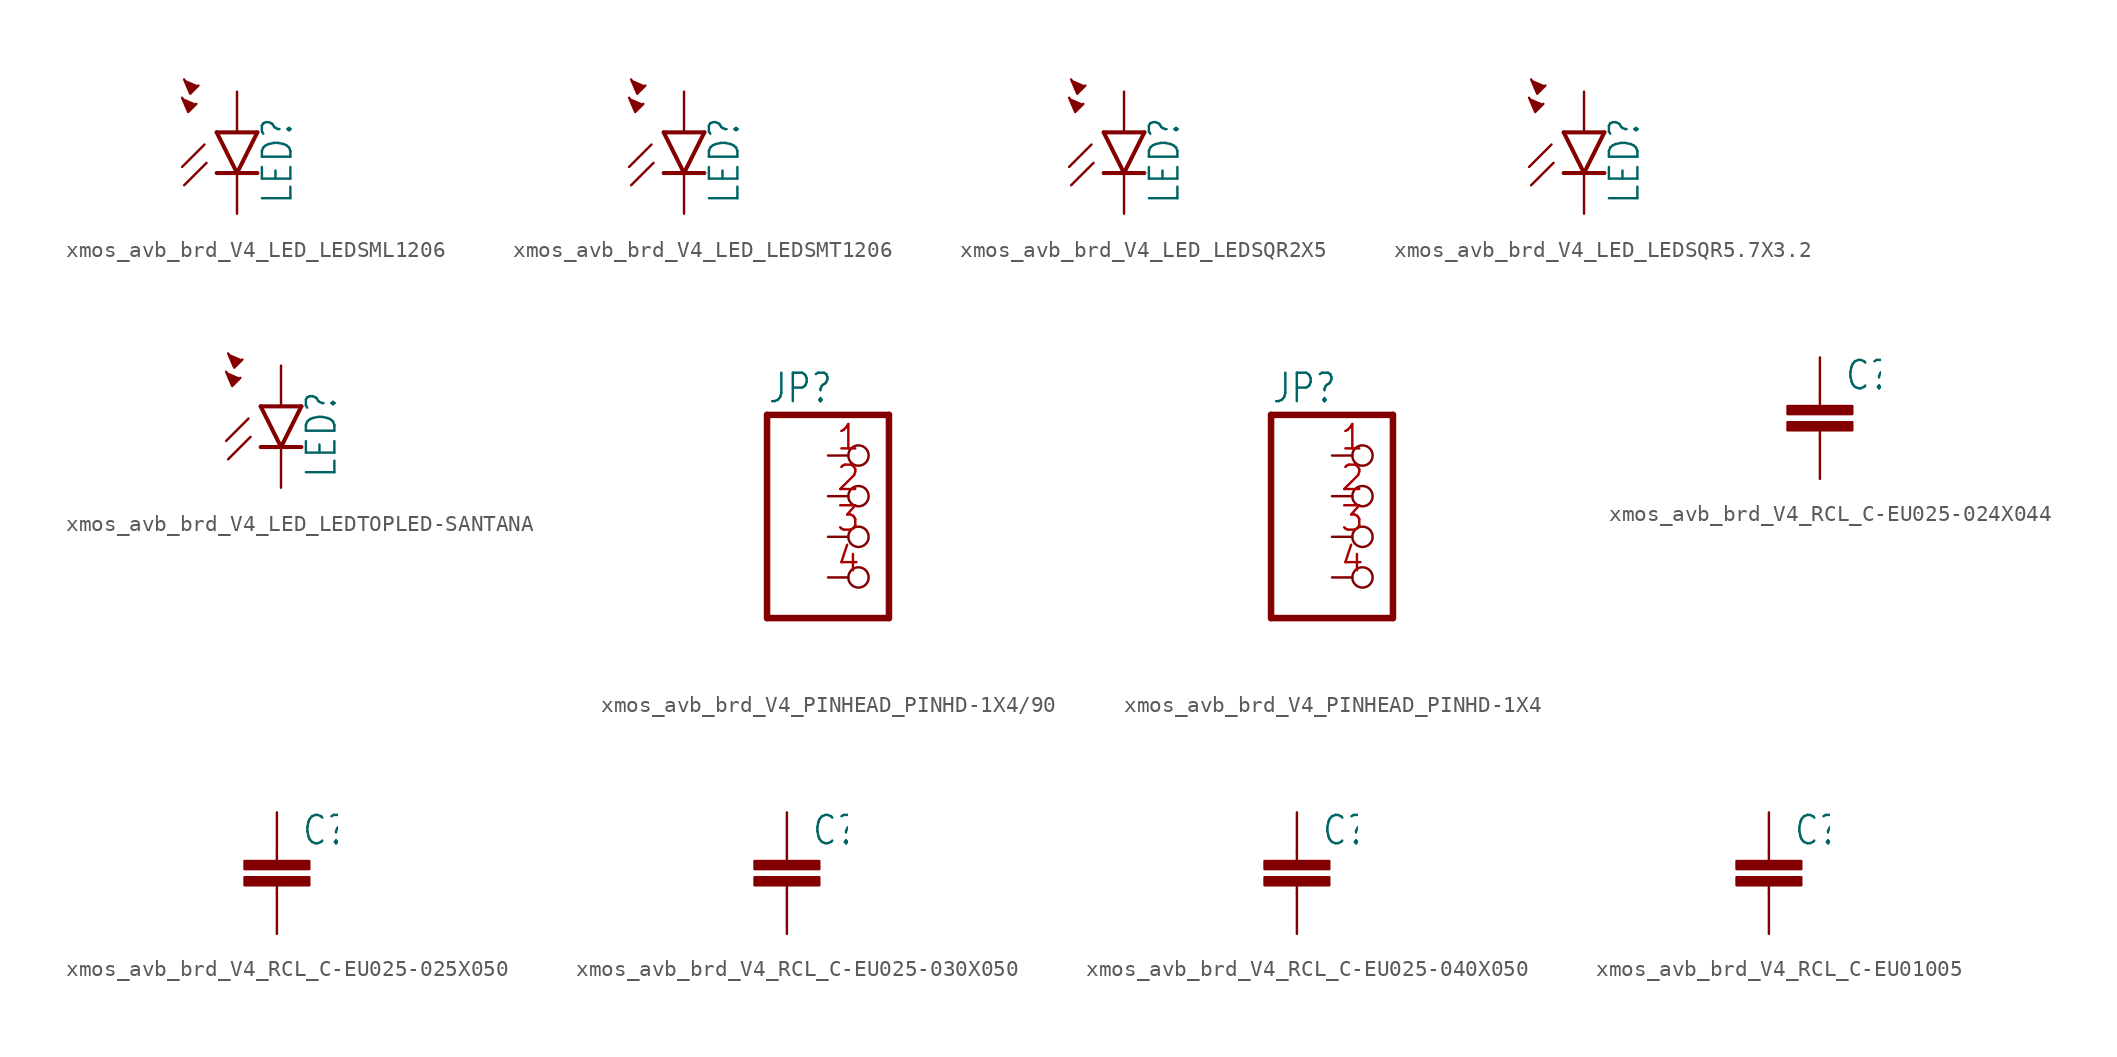
<source format=kicad_sym>
(kicad_symbol_lib
  (version 20241209)
  (generator "kicad_symbol_editor")
  (generator_version "9.0")
  (symbol "xmos_avb_brd_V4_LED_LEDSML1206"
    (property "Reference" "LED"
      (at 3.556 -4.572 90)
      (effects (font (size 1.778 1.511)) (justify left bottom)))
    (property "Value" ""
      (at 5.715 -4.572 90)
      (effects (font (size 1.778 1.511)) (justify left bottom)))
    (property "ki_locked" ""
      (at 0 0 0)
      (effects (font (size 1.27 1.27))))
    (symbol "xmos_avb_brd_V4_LED_LEDSML1206_1_0"
      (polyline (pts (xy -3.429 2.159) (xy -3.048 1.27) (xy -2.54 1.778)) (stroke (width 0.152) (type solid)) (fill (type outline)))
      (polyline (pts (xy -3.302 3.302) (xy -2.921 2.413) (xy -2.413 2.921)) (stroke (width 0.152) (type solid)) (fill (type outline)))
      (polyline (pts (xy -2.032 -0.762) (xy -3.429 -2.159)) (stroke (width 0.152) (type solid)) (fill (type none)))
      (polyline (pts (xy -1.905 -1.905) (xy -3.302 -3.302)) (stroke (width 0.152) (type solid)) (fill (type none)))
      (polyline (pts (xy 0 -2.54) (xy -1.27 0)) (stroke (width 0.254) (type solid)) (fill (type none)))
      (polyline (pts (xy 0 -2.54) (xy -1.27 -2.54)) (stroke (width 0.254) (type solid)) (fill (type none)))
      (polyline (pts (xy 1.27 0) (xy -1.27 0)) (stroke (width 0.254) (type solid)) (fill (type none)))
      (polyline (pts (xy 1.27 0) (xy 0 -2.54)) (stroke (width 0.254) (type solid)) (fill (type none)))
      (polyline (pts (xy 1.27 -2.54) (xy 0 -2.54)) (stroke (width 0.254) (type solid)) (fill (type none)))
      (pin passive line (at 0 2.54 270) (length 2.54) (name "A" (effects (font (size 0 0)))) (number "A" (effects (font (size 0 0)))))
      (pin passive line (at 0 -5.08 90) (length 2.54) (name "C" (effects (font (size 0 0)))) (number "C" (effects (font (size 0 0)))))))
  (symbol "xmos_avb_brd_V4_LED_LEDSMT1206"
    (property "Reference" "LED"
      (at 3.556 -4.572 90)
      (effects (font (size 1.778 1.511)) (justify left bottom)))
    (property "Value" ""
      (at 5.715 -4.572 90)
      (effects (font (size 1.778 1.511)) (justify left bottom)))
    (property "ki_locked" ""
      (at 0 0 0)
      (effects (font (size 1.27 1.27))))
    (symbol "xmos_avb_brd_V4_LED_LEDSMT1206_1_0"
      (polyline (pts (xy -3.429 2.159) (xy -3.048 1.27) (xy -2.54 1.778)) (stroke (width 0.152) (type solid)) (fill (type outline)))
      (polyline (pts (xy -3.302 3.302) (xy -2.921 2.413) (xy -2.413 2.921)) (stroke (width 0.152) (type solid)) (fill (type outline)))
      (polyline (pts (xy -2.032 -0.762) (xy -3.429 -2.159)) (stroke (width 0.152) (type solid)) (fill (type none)))
      (polyline (pts (xy -1.905 -1.905) (xy -3.302 -3.302)) (stroke (width 0.152) (type solid)) (fill (type none)))
      (polyline (pts (xy 0 -2.54) (xy -1.27 0)) (stroke (width 0.254) (type solid)) (fill (type none)))
      (polyline (pts (xy 0 -2.54) (xy -1.27 -2.54)) (stroke (width 0.254) (type solid)) (fill (type none)))
      (polyline (pts (xy 1.27 0) (xy -1.27 0)) (stroke (width 0.254) (type solid)) (fill (type none)))
      (polyline (pts (xy 1.27 0) (xy 0 -2.54)) (stroke (width 0.254) (type solid)) (fill (type none)))
      (polyline (pts (xy 1.27 -2.54) (xy 0 -2.54)) (stroke (width 0.254) (type solid)) (fill (type none)))
      (pin passive line (at 0 2.54 270) (length 2.54) (name "A" (effects (font (size 0 0)))) (number "A" (effects (font (size 0 0)))))
      (pin passive line (at 0 -5.08 90) (length 2.54) (name "C" (effects (font (size 0 0)))) (number "C" (effects (font (size 0 0)))))))
  (symbol "xmos_avb_brd_V4_LED_LEDSQR2X5"
    (property "Reference" "LED"
      (at 3.556 -4.572 90)
      (effects (font (size 1.778 1.511)) (justify left bottom)))
    (property "Value" ""
      (at 5.715 -4.572 90)
      (effects (font (size 1.778 1.511)) (justify left bottom)))
    (property "ki_locked" ""
      (at 0 0 0)
      (effects (font (size 1.27 1.27))))
    (symbol "xmos_avb_brd_V4_LED_LEDSQR2X5_1_0"
      (polyline (pts (xy -3.429 2.159) (xy -3.048 1.27) (xy -2.54 1.778)) (stroke (width 0.152) (type solid)) (fill (type outline)))
      (polyline (pts (xy -3.302 3.302) (xy -2.921 2.413) (xy -2.413 2.921)) (stroke (width 0.152) (type solid)) (fill (type outline)))
      (polyline (pts (xy -2.032 -0.762) (xy -3.429 -2.159)) (stroke (width 0.152) (type solid)) (fill (type none)))
      (polyline (pts (xy -1.905 -1.905) (xy -3.302 -3.302)) (stroke (width 0.152) (type solid)) (fill (type none)))
      (polyline (pts (xy 0 -2.54) (xy -1.27 0)) (stroke (width 0.254) (type solid)) (fill (type none)))
      (polyline (pts (xy 0 -2.54) (xy -1.27 -2.54)) (stroke (width 0.254) (type solid)) (fill (type none)))
      (polyline (pts (xy 1.27 0) (xy -1.27 0)) (stroke (width 0.254) (type solid)) (fill (type none)))
      (polyline (pts (xy 1.27 0) (xy 0 -2.54)) (stroke (width 0.254) (type solid)) (fill (type none)))
      (polyline (pts (xy 1.27 -2.54) (xy 0 -2.54)) (stroke (width 0.254) (type solid)) (fill (type none)))
      (pin passive line (at 0 2.54 270) (length 2.54) (name "A" (effects (font (size 0 0)))) (number "A" (effects (font (size 0 0)))))
      (pin passive line (at 0 -5.08 90) (length 2.54) (name "C" (effects (font (size 0 0)))) (number "K" (effects (font (size 0 0)))))))
  (symbol "xmos_avb_brd_V4_LED_LEDSQR5.7X3.2"
    (property "Reference" "LED"
      (at 3.556 -4.572 90)
      (effects (font (size 1.778 1.511)) (justify left bottom)))
    (property "Value" ""
      (at 5.715 -4.572 90)
      (effects (font (size 1.778 1.511)) (justify left bottom)))
    (property "ki_locked" ""
      (at 0 0 0)
      (effects (font (size 1.27 1.27))))
    (symbol "xmos_avb_brd_V4_LED_LEDSQR5.7X3.2_1_0"
      (polyline (pts (xy -3.429 2.159) (xy -3.048 1.27) (xy -2.54 1.778)) (stroke (width 0.152) (type solid)) (fill (type outline)))
      (polyline (pts (xy -3.302 3.302) (xy -2.921 2.413) (xy -2.413 2.921)) (stroke (width 0.152) (type solid)) (fill (type outline)))
      (polyline (pts (xy -2.032 -0.762) (xy -3.429 -2.159)) (stroke (width 0.152) (type solid)) (fill (type none)))
      (polyline (pts (xy -1.905 -1.905) (xy -3.302 -3.302)) (stroke (width 0.152) (type solid)) (fill (type none)))
      (polyline (pts (xy 0 -2.54) (xy -1.27 0)) (stroke (width 0.254) (type solid)) (fill (type none)))
      (polyline (pts (xy 0 -2.54) (xy -1.27 -2.54)) (stroke (width 0.254) (type solid)) (fill (type none)))
      (polyline (pts (xy 1.27 0) (xy -1.27 0)) (stroke (width 0.254) (type solid)) (fill (type none)))
      (polyline (pts (xy 1.27 0) (xy 0 -2.54)) (stroke (width 0.254) (type solid)) (fill (type none)))
      (polyline (pts (xy 1.27 -2.54) (xy 0 -2.54)) (stroke (width 0.254) (type solid)) (fill (type none)))
      (pin passive line (at 0 2.54 270) (length 2.54) (name "A" (effects (font (size 0 0)))) (number "A" (effects (font (size 0 0)))))
      (pin passive line (at 0 -5.08 90) (length 2.54) (name "C" (effects (font (size 0 0)))) (number "K" (effects (font (size 0 0)))))))
  (symbol "xmos_avb_brd_V4_LED_LEDTOPLED-SANTANA"
    (property "Reference" "LED"
      (at 3.556 -4.572 90)
      (effects (font (size 1.778 1.511)) (justify left bottom)))
    (property "Value" ""
      (at 5.715 -4.572 90)
      (effects (font (size 1.778 1.511)) (justify left bottom)))
    (property "ki_locked" ""
      (at 0 0 0)
      (effects (font (size 1.27 1.27))))
    (symbol "xmos_avb_brd_V4_LED_LEDTOPLED-SANTANA_1_0"
      (polyline (pts (xy -3.429 2.159) (xy -3.048 1.27) (xy -2.54 1.778)) (stroke (width 0.152) (type solid)) (fill (type outline)))
      (polyline (pts (xy -3.302 3.302) (xy -2.921 2.413) (xy -2.413 2.921)) (stroke (width 0.152) (type solid)) (fill (type outline)))
      (polyline (pts (xy -2.032 -0.762) (xy -3.429 -2.159)) (stroke (width 0.152) (type solid)) (fill (type none)))
      (polyline (pts (xy -1.905 -1.905) (xy -3.302 -3.302)) (stroke (width 0.152) (type solid)) (fill (type none)))
      (polyline (pts (xy 0 -2.54) (xy -1.27 0)) (stroke (width 0.254) (type solid)) (fill (type none)))
      (polyline (pts (xy 0 -2.54) (xy -1.27 -2.54)) (stroke (width 0.254) (type solid)) (fill (type none)))
      (polyline (pts (xy 1.27 0) (xy -1.27 0)) (stroke (width 0.254) (type solid)) (fill (type none)))
      (polyline (pts (xy 1.27 0) (xy 0 -2.54)) (stroke (width 0.254) (type solid)) (fill (type none)))
      (polyline (pts (xy 1.27 -2.54) (xy 0 -2.54)) (stroke (width 0.254) (type solid)) (fill (type none)))
      (pin passive line (at 0 2.54 270) (length 2.54) (name "A" (effects (font (size 0 0)))) (number "A" (effects (font (size 0 0)))))
      (pin passive line (at 0 -5.08 90) (length 2.54) (name "C" (effects (font (size 0 0)))) (number "C" (effects (font (size 0 0)))))))
  (symbol "xmos_avb_brd_V4_PINHEAD_PINHD-1X4/90"
    (property "Reference" "JP"
      (at -6.35 8.255 0)
      (effects (font (size 1.778 1.511)) (justify left bottom)))
    (property "Value" ""
      (at -6.35 -7.62 0)
      (effects (font (size 1.778 1.511)) (justify left bottom)))
    (property "ki_locked" ""
      (at 0 0 0)
      (effects (font (size 1.27 1.27))))
    (symbol "xmos_avb_brd_V4_PINHEAD_PINHD-1X4/90_1_0"
      (polyline (pts (xy -6.35 7.62) (xy -6.35 -5.08)) (stroke (width 0.406) (type solid)) (fill (type none)))
      (polyline (pts (xy -6.35 -5.08) (xy 1.27 -5.08)) (stroke (width 0.406) (type solid)) (fill (type none)))
      (polyline (pts (xy 1.27 7.62) (xy -6.35 7.62)) (stroke (width 0.406) (type solid)) (fill (type none)))
      (polyline (pts (xy 1.27 -5.08) (xy 1.27 7.62)) (stroke (width 0.406) (type solid)) (fill (type none)))
      (pin passive inverted (at -2.54 5.08 0) (length 2.54) (name "1" (effects (font (size 0 0)))) (number "1" (effects (font (size 1.524 1.524)))))
      (pin passive inverted (at -2.54 2.54 0) (length 2.54) (name "2" (effects (font (size 0 0)))) (number "2" (effects (font (size 1.524 1.524)))))
      (pin passive inverted (at -2.54 0 0) (length 2.54) (name "3" (effects (font (size 0 0)))) (number "3" (effects (font (size 1.524 1.524)))))
      (pin passive inverted (at -2.54 -2.54 0) (length 2.54) (name "4" (effects (font (size 0 0)))) (number "4" (effects (font (size 1.524 1.524)))))))
  (symbol "xmos_avb_brd_V4_PINHEAD_PINHD-1X4"
    (property "Reference" "JP"
      (at -6.35 8.255 0)
      (effects (font (size 1.778 1.511)) (justify left bottom)))
    (property "Value" ""
      (at -6.35 -7.62 0)
      (effects (font (size 1.778 1.511)) (justify left bottom)))
    (property "ki_locked" ""
      (at 0 0 0)
      (effects (font (size 1.27 1.27))))
    (symbol "xmos_avb_brd_V4_PINHEAD_PINHD-1X4_1_0"
      (polyline (pts (xy -6.35 7.62) (xy -6.35 -5.08)) (stroke (width 0.406) (type solid)) (fill (type none)))
      (polyline (pts (xy -6.35 -5.08) (xy 1.27 -5.08)) (stroke (width 0.406) (type solid)) (fill (type none)))
      (polyline (pts (xy 1.27 7.62) (xy -6.35 7.62)) (stroke (width 0.406) (type solid)) (fill (type none)))
      (polyline (pts (xy 1.27 -5.08) (xy 1.27 7.62)) (stroke (width 0.406) (type solid)) (fill (type none)))
      (pin passive inverted (at -2.54 5.08 0) (length 2.54) (name "1" (effects (font (size 0 0)))) (number "1" (effects (font (size 1.524 1.524)))))
      (pin passive inverted (at -2.54 2.54 0) (length 2.54) (name "2" (effects (font (size 0 0)))) (number "2" (effects (font (size 1.524 1.524)))))
      (pin passive inverted (at -2.54 0 0) (length 2.54) (name "3" (effects (font (size 0 0)))) (number "3" (effects (font (size 1.524 1.524)))))
      (pin passive inverted (at -2.54 -2.54 0) (length 2.54) (name "4" (effects (font (size 0 0)))) (number "4" (effects (font (size 1.524 1.524)))))))
  (symbol "xmos_avb_brd_V4_RCL_C-EU025-024X044"
    (property "Reference" "C"
      (at 1.524 0.381 0)
      (effects (font (size 1.778 1.511)) (justify left bottom)))
    (property "Value" ""
      (at 1.524 -4.699 0)
      (effects (font (size 1.778 1.511)) (justify left bottom)))
    (property "ki_locked" ""
      (at 0 0 0)
      (effects (font (size 1.27 1.27))))
    (symbol "xmos_avb_brd_V4_RCL_C-EU025-024X044_1_0"
      (rectangle (start -2.032 -1.016) (end 2.032 -0.508) (stroke (width 0) (type default)) (fill (type outline)))
      (rectangle (start -2.032 -2.032) (end 2.032 -1.524) (stroke (width 0) (type default)) (fill (type outline)))
      (polyline (pts (xy 0 0) (xy 0 -0.508)) (stroke (width 0.152) (type solid)) (fill (type none)))
      (polyline (pts (xy 0 -2.54) (xy 0 -2.032)) (stroke (width 0.152) (type solid)) (fill (type none)))
      (pin passive line (at 0 2.54 270) (length 2.54) (name "1" (effects (font (size 0 0)))) (number "1" (effects (font (size 0 0)))))
      (pin passive line (at 0 -5.08 90) (length 2.54) (name "2" (effects (font (size 0 0)))) (number "2" (effects (font (size 0 0)))))))
  (symbol "xmos_avb_brd_V4_RCL_C-EU025-025X050"
    (property "Reference" "C"
      (at 1.524 0.381 0)
      (effects (font (size 1.778 1.511)) (justify left bottom)))
    (property "Value" ""
      (at 1.524 -4.699 0)
      (effects (font (size 1.778 1.511)) (justify left bottom)))
    (property "ki_locked" ""
      (at 0 0 0)
      (effects (font (size 1.27 1.27))))
    (symbol "xmos_avb_brd_V4_RCL_C-EU025-025X050_1_0"
      (rectangle (start -2.032 -1.016) (end 2.032 -0.508) (stroke (width 0) (type default)) (fill (type outline)))
      (rectangle (start -2.032 -2.032) (end 2.032 -1.524) (stroke (width 0) (type default)) (fill (type outline)))
      (polyline (pts (xy 0 0) (xy 0 -0.508)) (stroke (width 0.152) (type solid)) (fill (type none)))
      (polyline (pts (xy 0 -2.54) (xy 0 -2.032)) (stroke (width 0.152) (type solid)) (fill (type none)))
      (pin passive line (at 0 2.54 270) (length 2.54) (name "1" (effects (font (size 0 0)))) (number "1" (effects (font (size 0 0)))))
      (pin passive line (at 0 -5.08 90) (length 2.54) (name "2" (effects (font (size 0 0)))) (number "2" (effects (font (size 0 0)))))))
  (symbol "xmos_avb_brd_V4_RCL_C-EU025-030X050"
    (property "Reference" "C"
      (at 1.524 0.381 0)
      (effects (font (size 1.778 1.511)) (justify left bottom)))
    (property "Value" ""
      (at 1.524 -4.699 0)
      (effects (font (size 1.778 1.511)) (justify left bottom)))
    (property "ki_locked" ""
      (at 0 0 0)
      (effects (font (size 1.27 1.27))))
    (symbol "xmos_avb_brd_V4_RCL_C-EU025-030X050_1_0"
      (rectangle (start -2.032 -1.016) (end 2.032 -0.508) (stroke (width 0) (type default)) (fill (type outline)))
      (rectangle (start -2.032 -2.032) (end 2.032 -1.524) (stroke (width 0) (type default)) (fill (type outline)))
      (polyline (pts (xy 0 0) (xy 0 -0.508)) (stroke (width 0.152) (type solid)) (fill (type none)))
      (polyline (pts (xy 0 -2.54) (xy 0 -2.032)) (stroke (width 0.152) (type solid)) (fill (type none)))
      (pin passive line (at 0 2.54 270) (length 2.54) (name "1" (effects (font (size 0 0)))) (number "1" (effects (font (size 0 0)))))
      (pin passive line (at 0 -5.08 90) (length 2.54) (name "2" (effects (font (size 0 0)))) (number "2" (effects (font (size 0 0)))))))
  (symbol "xmos_avb_brd_V4_RCL_C-EU025-040X050"
    (property "Reference" "C"
      (at 1.524 0.381 0)
      (effects (font (size 1.778 1.511)) (justify left bottom)))
    (property "Value" ""
      (at 1.524 -4.699 0)
      (effects (font (size 1.778 1.511)) (justify left bottom)))
    (property "ki_locked" ""
      (at 0 0 0)
      (effects (font (size 1.27 1.27))))
    (symbol "xmos_avb_brd_V4_RCL_C-EU025-040X050_1_0"
      (rectangle (start -2.032 -1.016) (end 2.032 -0.508) (stroke (width 0) (type default)) (fill (type outline)))
      (rectangle (start -2.032 -2.032) (end 2.032 -1.524) (stroke (width 0) (type default)) (fill (type outline)))
      (polyline (pts (xy 0 0) (xy 0 -0.508)) (stroke (width 0.152) (type solid)) (fill (type none)))
      (polyline (pts (xy 0 -2.54) (xy 0 -2.032)) (stroke (width 0.152) (type solid)) (fill (type none)))
      (pin passive line (at 0 2.54 270) (length 2.54) (name "1" (effects (font (size 0 0)))) (number "1" (effects (font (size 0 0)))))
      (pin passive line (at 0 -5.08 90) (length 2.54) (name "2" (effects (font (size 0 0)))) (number "2" (effects (font (size 0 0)))))))
  (symbol "xmos_avb_brd_V4_RCL_C-EU01005"
    (property "Reference" "C"
      (at 1.524 0.381 0)
      (effects (font (size 1.778 1.511)) (justify left bottom)))
    (property "Value" ""
      (at 1.524 -4.699 0)
      (effects (font (size 1.778 1.511)) (justify left bottom)))
    (property "ki_locked" ""
      (at 0 0 0)
      (effects (font (size 1.27 1.27))))
    (symbol "xmos_avb_brd_V4_RCL_C-EU01005_1_0"
      (rectangle (start -2.032 -1.016) (end 2.032 -0.508) (stroke (width 0) (type default)) (fill (type outline)))
      (rectangle (start -2.032 -2.032) (end 2.032 -1.524) (stroke (width 0) (type default)) (fill (type outline)))
      (polyline (pts (xy 0 0) (xy 0 -0.508)) (stroke (width 0.152) (type solid)) (fill (type none)))
      (polyline (pts (xy 0 -2.54) (xy 0 -2.032)) (stroke (width 0.152) (type solid)) (fill (type none)))
      (pin passive line (at 0 2.54 270) (length 2.54) (name "1" (effects (font (size 0 0)))) (number "1" (effects (font (size 0 0)))))
      (pin passive line (at 0 -5.08 90) (length 2.54) (name "2" (effects (font (size 0 0)))) (number "2" (effects (font (size 0 0))))))))
</source>
